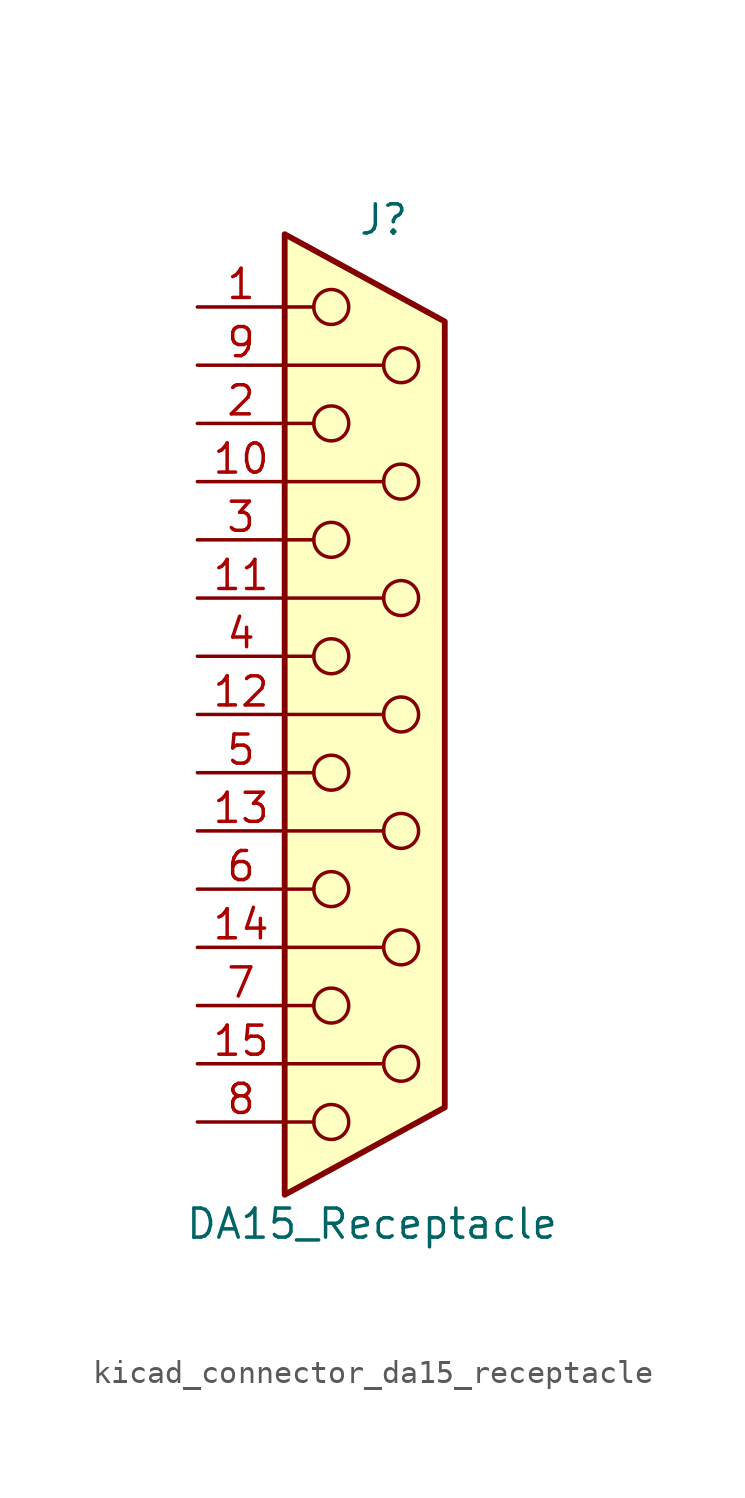
<source format=kicad_sym>
(kicad_symbol_lib
  (version 20220914)
  (generator kicad_symbol_editor)
  (symbol "kicad_connector_da15_receptacle"
    (pin_names
      (offset 1.016) hide)
    (property "Reference" "J"
      (at 0.508 21.59 0)
      (effects (font (size 1.27 1.27))))
    (property "Value" "DA15_Receptacle"
      (at 0 -22.225 0)
      (effects (font (size 1.27 1.27))))
    (symbol "kicad_connector_da15_receptacle_0_1"
      (circle (center -1.778 -17.78) (radius 0.762) (stroke (width 0) (type default)) (fill (type none)))
      (circle (center -1.778 -12.7) (radius 0.762) (stroke (width 0) (type default)) (fill (type none)))
      (circle (center -1.778 -7.62) (radius 0.762) (stroke (width 0) (type default)) (fill (type none)))
      (circle (center -1.778 -2.54) (radius 0.762) (stroke (width 0) (type default)) (fill (type none)))
      (circle (center -1.778 2.54) (radius 0.762) (stroke (width 0) (type default)) (fill (type none)))
      (circle (center -1.778 7.62) (radius 0.762) (stroke (width 0) (type default)) (fill (type none)))
      (circle (center -1.778 12.7) (radius 0.762) (stroke (width 0) (type default)) (fill (type none)))
      (circle (center -1.778 17.78) (radius 0.762) (stroke (width 0) (type default)) (fill (type none)))
      (polyline (pts (xy -3.81 -17.78) (xy -2.54 -17.78)) (stroke (width 0) (type default)) (fill (type none)))
      (polyline (pts (xy -3.81 -15.24) (xy 0.508 -15.24)) (stroke (width 0) (type default)) (fill (type none)))
      (polyline (pts (xy -3.81 -12.7) (xy -2.54 -12.7)) (stroke (width 0) (type default)) (fill (type none)))
      (polyline (pts (xy -3.81 -10.16) (xy 0.508 -10.16)) (stroke (width 0) (type default)) (fill (type none)))
      (polyline (pts (xy -3.81 -7.62) (xy -2.54 -7.62)) (stroke (width 0) (type default)) (fill (type none)))
      (polyline (pts (xy -3.81 -5.08) (xy 0.508 -5.08)) (stroke (width 0) (type default)) (fill (type none)))
      (polyline (pts (xy -3.81 -2.54) (xy -2.54 -2.54)) (stroke (width 0) (type default)) (fill (type none)))
      (polyline (pts (xy -3.81 0) (xy 0.508 0)) (stroke (width 0) (type default)) (fill (type none)))
      (polyline (pts (xy -3.81 2.54) (xy -2.54 2.54)) (stroke (width 0) (type default)) (fill (type none)))
      (polyline (pts (xy -3.81 5.08) (xy 0.508 5.08)) (stroke (width 0) (type default)) (fill (type none)))
      (polyline (pts (xy -3.81 7.62) (xy -2.54 7.62)) (stroke (width 0) (type default)) (fill (type none)))
      (polyline (pts (xy -3.81 10.16) (xy 0.508 10.16)) (stroke (width 0) (type default)) (fill (type none)))
      (polyline (pts (xy -3.81 12.7) (xy -2.54 12.7)) (stroke (width 0) (type default)) (fill (type none)))
      (polyline (pts (xy -3.81 15.24) (xy 0.508 15.24)) (stroke (width 0) (type default)) (fill (type none)))
      (polyline (pts (xy -3.81 17.78) (xy -2.54 17.78)) (stroke (width 0) (type default)) (fill (type none)))
      (polyline (pts (xy -3.81 20.955) (xy 3.175 17.145) (xy 3.175 -17.145) (xy -3.81 -20.955) (xy -3.81 20.955)) (stroke (width 0.254) (type default)) (fill (type background)))
      (circle (center 1.27 -15.24) (radius 0.762) (stroke (width 0) (type default)) (fill (type none)))
      (circle (center 1.27 -10.16) (radius 0.762) (stroke (width 0) (type default)) (fill (type none)))
      (circle (center 1.27 -5.08) (radius 0.762) (stroke (width 0) (type default)) (fill (type none)))
      (circle (center 1.27 0) (radius 0.762) (stroke (width 0) (type default)) (fill (type none)))
      (circle (center 1.27 5.08) (radius 0.762) (stroke (width 0) (type default)) (fill (type none)))
      (circle (center 1.27 10.16) (radius 0.762) (stroke (width 0) (type default)) (fill (type none)))
      (circle (center 1.27 15.24) (radius 0.762) (stroke (width 0) (type default)) (fill (type none))))
    (symbol "kicad_connector_da15_receptacle_1_1"
      (pin passive line (at -7.62 17.78 0) (length 3.81) (name "1" (effects (font (size 1.27 1.27)))) (number "1" (effects (font (size 1.27 1.27)))))
      (pin passive line (at -7.62 10.16 0) (length 3.81) (name "P10" (effects (font (size 1.27 1.27)))) (number "10" (effects (font (size 1.27 1.27)))))
      (pin passive line (at -7.62 5.08 0) (length 3.81) (name "P111" (effects (font (size 1.27 1.27)))) (number "11" (effects (font (size 1.27 1.27)))))
      (pin passive line (at -7.62 0 0) (length 3.81) (name "P12" (effects (font (size 1.27 1.27)))) (number "12" (effects (font (size 1.27 1.27)))))
      (pin passive line (at -7.62 -5.08 0) (length 3.81) (name "P13" (effects (font (size 1.27 1.27)))) (number "13" (effects (font (size 1.27 1.27)))))
      (pin passive line (at -7.62 -10.16 0) (length 3.81) (name "P14" (effects (font (size 1.27 1.27)))) (number "14" (effects (font (size 1.27 1.27)))))
      (pin passive line (at -7.62 -15.24 0) (length 3.81) (name "P15" (effects (font (size 1.27 1.27)))) (number "15" (effects (font (size 1.27 1.27)))))
      (pin passive line (at -7.62 12.7 0) (length 3.81) (name "2" (effects (font (size 1.27 1.27)))) (number "2" (effects (font (size 1.27 1.27)))))
      (pin passive line (at -7.62 7.62 0) (length 3.81) (name "3" (effects (font (size 1.27 1.27)))) (number "3" (effects (font (size 1.27 1.27)))))
      (pin passive line (at -7.62 2.54 0) (length 3.81) (name "4" (effects (font (size 1.27 1.27)))) (number "4" (effects (font (size 1.27 1.27)))))
      (pin passive line (at -7.62 -2.54 0) (length 3.81) (name "5" (effects (font (size 1.27 1.27)))) (number "5" (effects (font (size 1.27 1.27)))))
      (pin passive line (at -7.62 -7.62 0) (length 3.81) (name "6" (effects (font (size 1.27 1.27)))) (number "6" (effects (font (size 1.27 1.27)))))
      (pin passive line (at -7.62 -12.7 0) (length 3.81) (name "7" (effects (font (size 1.27 1.27)))) (number "7" (effects (font (size 1.27 1.27)))))
      (pin passive line (at -7.62 -17.78 0) (length 3.81) (name "8" (effects (font (size 1.27 1.27)))) (number "8" (effects (font (size 1.27 1.27)))))
      (pin passive line (at -7.62 15.24 0) (length 3.81) (name "P9" (effects (font (size 1.27 1.27)))) (number "9" (effects (font (size 1.27 1.27))))))))
</source>
